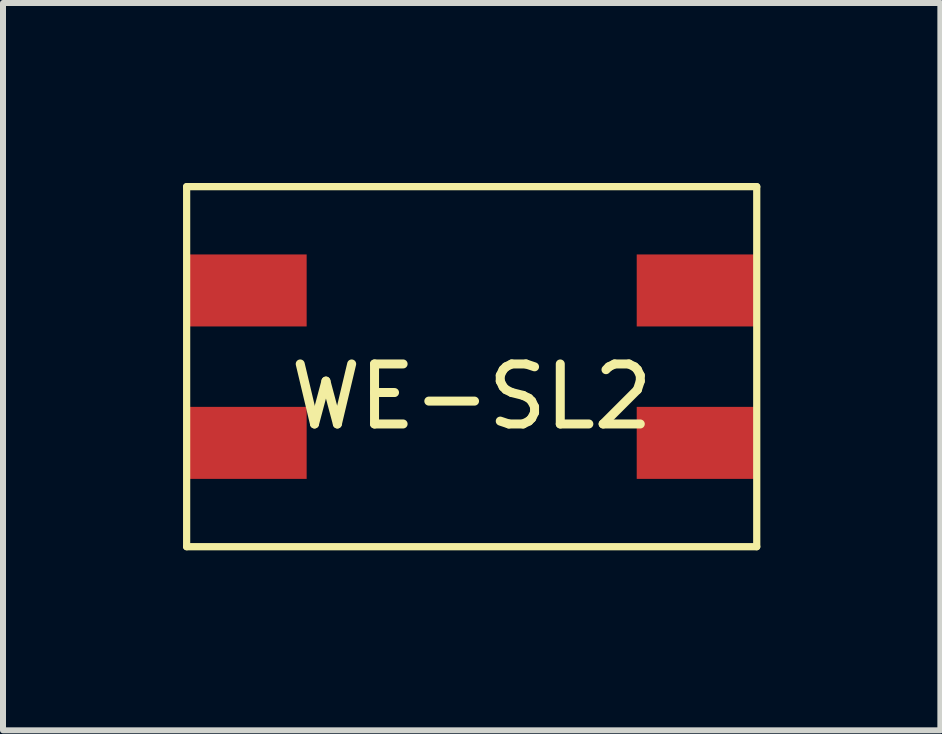
<source format=kicad_pcb>
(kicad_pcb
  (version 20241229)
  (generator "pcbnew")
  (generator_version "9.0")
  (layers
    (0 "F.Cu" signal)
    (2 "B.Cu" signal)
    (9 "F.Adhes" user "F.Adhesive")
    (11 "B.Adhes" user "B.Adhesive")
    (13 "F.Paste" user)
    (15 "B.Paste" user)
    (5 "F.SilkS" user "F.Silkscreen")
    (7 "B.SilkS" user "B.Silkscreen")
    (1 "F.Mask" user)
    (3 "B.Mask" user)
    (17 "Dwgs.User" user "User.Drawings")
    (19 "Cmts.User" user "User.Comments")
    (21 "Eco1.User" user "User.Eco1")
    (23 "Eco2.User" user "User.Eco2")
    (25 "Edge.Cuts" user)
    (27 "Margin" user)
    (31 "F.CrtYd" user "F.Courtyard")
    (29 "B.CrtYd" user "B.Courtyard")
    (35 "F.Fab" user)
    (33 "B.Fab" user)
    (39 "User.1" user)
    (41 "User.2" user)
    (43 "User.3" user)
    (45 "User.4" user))
  (footprint "WE-SL2"
    (layer "F.Cu")
    (at 4.81 3.06)
    (property "Reference" "WE-SL2" (at 0 0.5 0) (layer "F.SilkS") (effects (font (size 1 1) (thickness 0.15))))
    (attr through_hole)
    (fp_line (start -4.75 -3) (end -4.75 3) (stroke (width 0.12) (type solid)) (layer "F.SilkS"))
    (fp_line (start -4.75 -3) (end 4.75 -3) (stroke (width 0.12) (type solid)) (layer "F.SilkS"))
    (fp_line (start -4.75 3) (end 4.75 3) (stroke (width 0.12) (type solid)) (layer "F.SilkS"))
    (fp_line (start 4.75 -3) (end 4.75 3) (stroke (width 0.12) (type solid)) (layer "F.SilkS"))
    (pad "1" smd rect (at -3.75 -1.27) (size 2 1.2) (layers "F.Cu" "F.Mask" "F.Paste"))
    (pad "2" smd rect (at -3.75 1.27) (size 2 1.2) (layers "F.Cu" "F.Mask" "F.Paste"))
    (pad "3" smd rect (at 3.75 1.27) (size 2 1.2) (layers "F.Cu" "F.Mask" "F.Paste"))
    (pad "4" smd rect (at 3.75 -1.27) (size 2 1.2) (layers "F.Cu" "F.Mask" "F.Paste")))
  (gr_rect
    (start -3 -3)
    (end 12.62 9.12)
    (stroke (width 0.1) (type default))
    (fill no)
    (layer "Edge.Cuts")))
</source>
